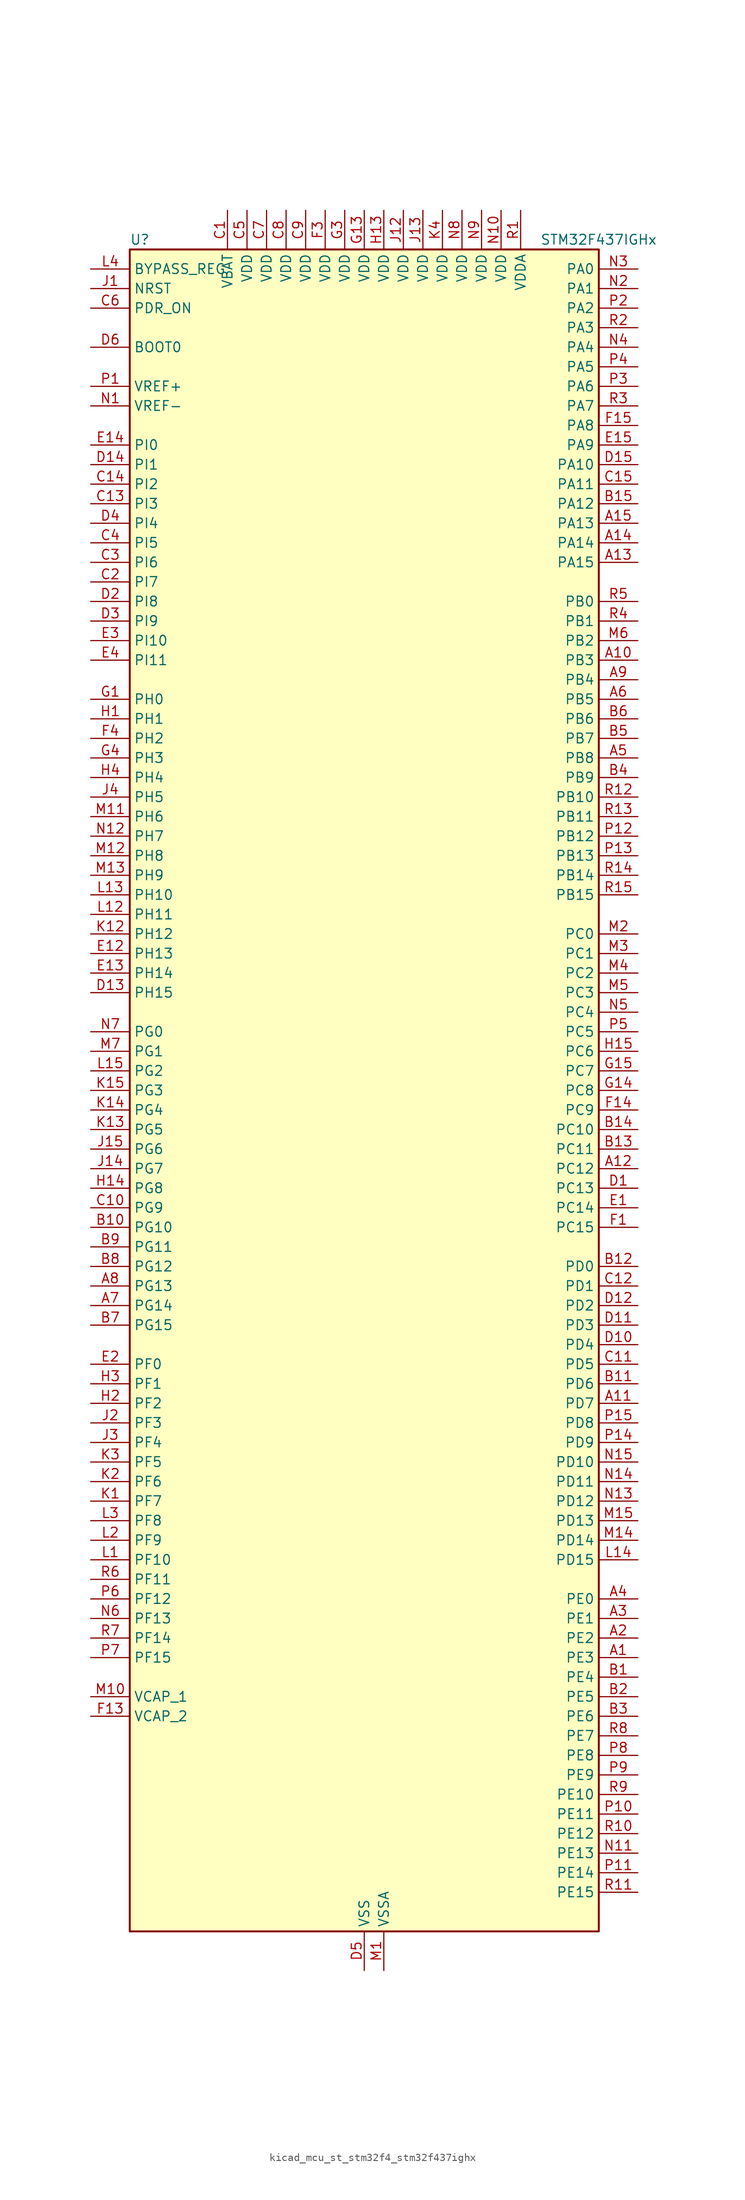
<source format=kicad_sym>
(kicad_symbol_lib
  (version 20220914)
  (generator kicad_symbol_editor)
  (symbol "kicad_mcu_st_stm32f4_stm32f437ighx"
    (property "Reference" "U"
      (at -30.48 110.49 0)
      (effects (font (size 1.27 1.27)) (justify left)))
    (property "Value" "STM32F437IGHx"
      (at 22.86 110.49 0)
      (effects (font (size 1.27 1.27)) (justify left)))
    (property "ki_locked" ""
      (at 0 0 0)
      (effects (font (size 1.27 1.27))))
    (symbol "kicad_mcu_st_stm32f4_stm32f437ighx_0_1"
      (rectangle (start -30.48 -109.22) (end 30.48 109.22) (stroke (width 0.254) (type default)) (fill (type background))))
    (symbol "kicad_mcu_st_stm32f4_stm32f437ighx_1_1"
      (pin bidirectional line (at 35.56 -73.66 180) (length 5.08) (name "PE3" (effects (font (size 1.27 1.27)))) (number "A1" (effects (font (size 1.27 1.27)))) (alternate "FMC_A19" bidirectional line) (alternate "SAI1_SD_B" bidirectional line) (alternate "SYS_TRACED0" bidirectional line))
      (pin bidirectional line (at 35.56 55.88 180) (length 5.08) (name "PB3" (effects (font (size 1.27 1.27)))) (number "A10" (effects (font (size 1.27 1.27)))) (alternate "I2S3_CK" bidirectional line) (alternate "SPI1_SCK" bidirectional line) (alternate "SPI3_SCK" bidirectional line) (alternate "SYS_JTDO-SWO" bidirectional line) (alternate "TIM2_CH2" bidirectional line))
      (pin bidirectional line (at 35.56 -40.64 180) (length 5.08) (name "PD7" (effects (font (size 1.27 1.27)))) (number "A11" (effects (font (size 1.27 1.27)))) (alternate "FMC_NCE2" bidirectional line) (alternate "FMC_NE1" bidirectional line) (alternate "USART2_CK" bidirectional line))
      (pin bidirectional line (at 35.56 -10.16 180) (length 5.08) (name "PC12" (effects (font (size 1.27 1.27)))) (number "A12" (effects (font (size 1.27 1.27)))) (alternate "DCMI_D9" bidirectional line) (alternate "I2S3_SD" bidirectional line) (alternate "SDIO_CK" bidirectional line) (alternate "SPI3_MOSI" bidirectional line) (alternate "UART5_TX" bidirectional line) (alternate "USART3_CK" bidirectional line))
      (pin bidirectional line (at 35.56 68.58 180) (length 5.08) (name "PA15" (effects (font (size 1.27 1.27)))) (number "A13" (effects (font (size 1.27 1.27)))) (alternate "ADC1_EXTI15" bidirectional line) (alternate "ADC2_EXTI15" bidirectional line) (alternate "ADC3_EXTI15" bidirectional line) (alternate "I2S3_WS" bidirectional line) (alternate "SPI1_NSS" bidirectional line) (alternate "SPI3_NSS" bidirectional line) (alternate "SYS_JTDI" bidirectional line) (alternate "TIM2_CH1" bidirectional line) (alternate "TIM2_ETR" bidirectional line))
      (pin bidirectional line (at 35.56 71.12 180) (length 5.08) (name "PA14" (effects (font (size 1.27 1.27)))) (number "A14" (effects (font (size 1.27 1.27)))) (alternate "SYS_JTCK-SWCLK" bidirectional line))
      (pin bidirectional line (at 35.56 73.66 180) (length 5.08) (name "PA13" (effects (font (size 1.27 1.27)))) (number "A15" (effects (font (size 1.27 1.27)))) (alternate "SYS_JTMS-SWDIO" bidirectional line))
      (pin bidirectional line (at 35.56 -71.12 180) (length 5.08) (name "PE2" (effects (font (size 1.27 1.27)))) (number "A2" (effects (font (size 1.27 1.27)))) (alternate "ETH_TXD3" bidirectional line) (alternate "FMC_A23" bidirectional line) (alternate "SAI1_MCLK_A" bidirectional line) (alternate "SPI4_SCK" bidirectional line) (alternate "SYS_TRACECLK" bidirectional line))
      (pin bidirectional line (at 35.56 -68.58 180) (length 5.08) (name "PE1" (effects (font (size 1.27 1.27)))) (number "A3" (effects (font (size 1.27 1.27)))) (alternate "DCMI_D3" bidirectional line) (alternate "FMC_NBL1" bidirectional line) (alternate "UART8_TX" bidirectional line))
      (pin bidirectional line (at 35.56 -66.04 180) (length 5.08) (name "PE0" (effects (font (size 1.27 1.27)))) (number "A4" (effects (font (size 1.27 1.27)))) (alternate "DCMI_D2" bidirectional line) (alternate "FMC_NBL0" bidirectional line) (alternate "TIM4_ETR" bidirectional line) (alternate "UART8_RX" bidirectional line))
      (pin bidirectional line (at 35.56 43.18 180) (length 5.08) (name "PB8" (effects (font (size 1.27 1.27)))) (number "A5" (effects (font (size 1.27 1.27)))) (alternate "CAN1_RX" bidirectional line) (alternate "DCMI_D6" bidirectional line) (alternate "ETH_TXD3" bidirectional line) (alternate "I2C1_SCL" bidirectional line) (alternate "SDIO_D4" bidirectional line) (alternate "TIM10_CH1" bidirectional line) (alternate "TIM4_CH3" bidirectional line))
      (pin bidirectional line (at 35.56 50.8 180) (length 5.08) (name "PB5" (effects (font (size 1.27 1.27)))) (number "A6" (effects (font (size 1.27 1.27)))) (alternate "CAN2_RX" bidirectional line) (alternate "DCMI_D10" bidirectional line) (alternate "ETH_PPS_OUT" bidirectional line) (alternate "FMC_SDCKE1" bidirectional line) (alternate "I2C1_SMBA" bidirectional line) (alternate "I2S3_SD" bidirectional line) (alternate "SPI1_MOSI" bidirectional line) (alternate "SPI3_MOSI" bidirectional line) (alternate "TIM3_CH2" bidirectional line) (alternate "USB_OTG_HS_ULPI_D7" bidirectional line))
      (pin bidirectional line (at -35.56 -27.94 0) (length 5.08) (name "PG14" (effects (font (size 1.27 1.27)))) (number "A7" (effects (font (size 1.27 1.27)))) (alternate "ETH_TXD1" bidirectional line) (alternate "FMC_A25" bidirectional line) (alternate "SPI6_MOSI" bidirectional line) (alternate "USART6_TX" bidirectional line))
      (pin bidirectional line (at -35.56 -25.4 0) (length 5.08) (name "PG13" (effects (font (size 1.27 1.27)))) (number "A8" (effects (font (size 1.27 1.27)))) (alternate "ETH_TXD0" bidirectional line) (alternate "FMC_A24" bidirectional line) (alternate "SPI6_SCK" bidirectional line) (alternate "USART6_CTS" bidirectional line))
      (pin bidirectional line (at 35.56 53.34 180) (length 5.08) (name "PB4" (effects (font (size 1.27 1.27)))) (number "A9" (effects (font (size 1.27 1.27)))) (alternate "I2S3_ext_SD" bidirectional line) (alternate "SPI1_MISO" bidirectional line) (alternate "SPI3_MISO" bidirectional line) (alternate "SYS_JTRST" bidirectional line) (alternate "TIM3_CH1" bidirectional line))
      (pin bidirectional line (at 35.56 -76.2 180) (length 5.08) (name "PE4" (effects (font (size 1.27 1.27)))) (number "B1" (effects (font (size 1.27 1.27)))) (alternate "DCMI_D4" bidirectional line) (alternate "FMC_A20" bidirectional line) (alternate "SAI1_FS_A" bidirectional line) (alternate "SPI4_NSS" bidirectional line) (alternate "SYS_TRACED1" bidirectional line))
      (pin bidirectional line (at -35.56 -17.78 0) (length 5.08) (name "PG10" (effects (font (size 1.27 1.27)))) (number "B10" (effects (font (size 1.27 1.27)))) (alternate "DCMI_D2" bidirectional line) (alternate "FMC_NCE4_1" bidirectional line) (alternate "FMC_NE3" bidirectional line))
      (pin bidirectional line (at 35.56 -38.1 180) (length 5.08) (name "PD6" (effects (font (size 1.27 1.27)))) (number "B11" (effects (font (size 1.27 1.27)))) (alternate "DCMI_D10" bidirectional line) (alternate "FMC_NWAIT" bidirectional line) (alternate "I2S3_SD" bidirectional line) (alternate "SAI1_SD_A" bidirectional line) (alternate "SPI3_MOSI" bidirectional line) (alternate "USART2_RX" bidirectional line))
      (pin bidirectional line (at 35.56 -22.86 180) (length 5.08) (name "PD0" (effects (font (size 1.27 1.27)))) (number "B12" (effects (font (size 1.27 1.27)))) (alternate "CAN1_RX" bidirectional line) (alternate "FMC_D2" bidirectional line) (alternate "FMC_DA2" bidirectional line))
      (pin bidirectional line (at 35.56 -7.62 180) (length 5.08) (name "PC11" (effects (font (size 1.27 1.27)))) (number "B13" (effects (font (size 1.27 1.27)))) (alternate "ADC1_EXTI11" bidirectional line) (alternate "ADC2_EXTI11" bidirectional line) (alternate "ADC3_EXTI11" bidirectional line) (alternate "DCMI_D4" bidirectional line) (alternate "I2S3_ext_SD" bidirectional line) (alternate "SDIO_D3" bidirectional line) (alternate "SPI3_MISO" bidirectional line) (alternate "UART4_RX" bidirectional line) (alternate "USART3_RX" bidirectional line))
      (pin bidirectional line (at 35.56 -5.08 180) (length 5.08) (name "PC10" (effects (font (size 1.27 1.27)))) (number "B14" (effects (font (size 1.27 1.27)))) (alternate "DCMI_D8" bidirectional line) (alternate "I2S3_CK" bidirectional line) (alternate "SDIO_D2" bidirectional line) (alternate "SPI3_SCK" bidirectional line) (alternate "UART4_TX" bidirectional line) (alternate "USART3_TX" bidirectional line))
      (pin bidirectional line (at 35.56 76.2 180) (length 5.08) (name "PA12" (effects (font (size 1.27 1.27)))) (number "B15" (effects (font (size 1.27 1.27)))) (alternate "CAN1_TX" bidirectional line) (alternate "TIM1_ETR" bidirectional line) (alternate "USART1_RTS" bidirectional line) (alternate "USB_OTG_FS_DP" bidirectional line))
      (pin bidirectional line (at 35.56 -78.74 180) (length 5.08) (name "PE5" (effects (font (size 1.27 1.27)))) (number "B2" (effects (font (size 1.27 1.27)))) (alternate "DCMI_D6" bidirectional line) (alternate "FMC_A21" bidirectional line) (alternate "SAI1_SCK_A" bidirectional line) (alternate "SPI4_MISO" bidirectional line) (alternate "SYS_TRACED2" bidirectional line) (alternate "TIM9_CH1" bidirectional line))
      (pin bidirectional line (at 35.56 -81.28 180) (length 5.08) (name "PE6" (effects (font (size 1.27 1.27)))) (number "B3" (effects (font (size 1.27 1.27)))) (alternate "DCMI_D7" bidirectional line) (alternate "FMC_A22" bidirectional line) (alternate "SAI1_SD_A" bidirectional line) (alternate "SPI4_MOSI" bidirectional line) (alternate "SYS_TRACED3" bidirectional line) (alternate "TIM9_CH2" bidirectional line))
      (pin bidirectional line (at 35.56 40.64 180) (length 5.08) (name "PB9" (effects (font (size 1.27 1.27)))) (number "B4" (effects (font (size 1.27 1.27)))) (alternate "CAN1_TX" bidirectional line) (alternate "DAC_EXTI9" bidirectional line) (alternate "DCMI_D7" bidirectional line) (alternate "I2C1_SDA" bidirectional line) (alternate "I2S2_WS" bidirectional line) (alternate "SDIO_D5" bidirectional line) (alternate "SPI2_NSS" bidirectional line) (alternate "TIM11_CH1" bidirectional line) (alternate "TIM4_CH4" bidirectional line))
      (pin bidirectional line (at 35.56 45.72 180) (length 5.08) (name "PB7" (effects (font (size 1.27 1.27)))) (number "B5" (effects (font (size 1.27 1.27)))) (alternate "DCMI_VSYNC" bidirectional line) (alternate "FMC_NL" bidirectional line) (alternate "I2C1_SDA" bidirectional line) (alternate "TIM4_CH2" bidirectional line) (alternate "USART1_RX" bidirectional line))
      (pin bidirectional line (at 35.56 48.26 180) (length 5.08) (name "PB6" (effects (font (size 1.27 1.27)))) (number "B6" (effects (font (size 1.27 1.27)))) (alternate "CAN2_TX" bidirectional line) (alternate "DCMI_D5" bidirectional line) (alternate "FMC_SDNE1" bidirectional line) (alternate "I2C1_SCL" bidirectional line) (alternate "TIM4_CH1" bidirectional line) (alternate "USART1_TX" bidirectional line))
      (pin bidirectional line (at -35.56 -30.48 0) (length 5.08) (name "PG15" (effects (font (size 1.27 1.27)))) (number "B7" (effects (font (size 1.27 1.27)))) (alternate "ADC1_EXTI15" bidirectional line) (alternate "ADC2_EXTI15" bidirectional line) (alternate "ADC3_EXTI15" bidirectional line) (alternate "DCMI_D13" bidirectional line) (alternate "FMC_SDNCAS" bidirectional line) (alternate "USART6_CTS" bidirectional line))
      (pin bidirectional line (at -35.56 -22.86 0) (length 5.08) (name "PG12" (effects (font (size 1.27 1.27)))) (number "B8" (effects (font (size 1.27 1.27)))) (alternate "FMC_NE4" bidirectional line) (alternate "SPI6_MISO" bidirectional line) (alternate "USART6_RTS" bidirectional line))
      (pin bidirectional line (at -35.56 -20.32 0) (length 5.08) (name "PG11" (effects (font (size 1.27 1.27)))) (number "B9" (effects (font (size 1.27 1.27)))) (alternate "ADC1_EXTI11" bidirectional line) (alternate "ADC2_EXTI11" bidirectional line) (alternate "ADC3_EXTI11" bidirectional line) (alternate "DCMI_D3" bidirectional line) (alternate "ETH_TX_EN" bidirectional line) (alternate "FMC_NCE4_2" bidirectional line))
      (pin power_in line (at -17.78 114.3 270) (length 5.08) (name "VBAT" (effects (font (size 1.27 1.27)))) (number "C1" (effects (font (size 1.27 1.27)))))
      (pin bidirectional line (at -35.56 -15.24 0) (length 5.08) (name "PG9" (effects (font (size 1.27 1.27)))) (number "C10" (effects (font (size 1.27 1.27)))) (alternate "DAC_EXTI9" bidirectional line) (alternate "DCMI_VSYNC" bidirectional line) (alternate "FMC_NCE3" bidirectional line) (alternate "FMC_NE2" bidirectional line) (alternate "USART6_RX" bidirectional line))
      (pin bidirectional line (at 35.56 -35.56 180) (length 5.08) (name "PD5" (effects (font (size 1.27 1.27)))) (number "C11" (effects (font (size 1.27 1.27)))) (alternate "FMC_NWE" bidirectional line) (alternate "USART2_TX" bidirectional line))
      (pin bidirectional line (at 35.56 -25.4 180) (length 5.08) (name "PD1" (effects (font (size 1.27 1.27)))) (number "C12" (effects (font (size 1.27 1.27)))) (alternate "CAN1_TX" bidirectional line) (alternate "FMC_D3" bidirectional line) (alternate "FMC_DA3" bidirectional line))
      (pin bidirectional line (at -35.56 76.2 0) (length 5.08) (name "PI3" (effects (font (size 1.27 1.27)))) (number "C13" (effects (font (size 1.27 1.27)))) (alternate "DCMI_D10" bidirectional line) (alternate "FMC_D27" bidirectional line) (alternate "I2S2_SD" bidirectional line) (alternate "SPI2_MOSI" bidirectional line) (alternate "TIM8_ETR" bidirectional line))
      (pin bidirectional line (at -35.56 78.74 0) (length 5.08) (name "PI2" (effects (font (size 1.27 1.27)))) (number "C14" (effects (font (size 1.27 1.27)))) (alternate "DCMI_D9" bidirectional line) (alternate "FMC_D26" bidirectional line) (alternate "I2S2_ext_SD" bidirectional line) (alternate "SPI2_MISO" bidirectional line) (alternate "TIM8_CH4" bidirectional line))
      (pin bidirectional line (at 35.56 78.74 180) (length 5.08) (name "PA11" (effects (font (size 1.27 1.27)))) (number "C15" (effects (font (size 1.27 1.27)))) (alternate "ADC1_EXTI11" bidirectional line) (alternate "ADC2_EXTI11" bidirectional line) (alternate "ADC3_EXTI11" bidirectional line) (alternate "CAN1_RX" bidirectional line) (alternate "TIM1_CH4" bidirectional line) (alternate "USART1_CTS" bidirectional line) (alternate "USB_OTG_FS_DM" bidirectional line))
      (pin bidirectional line (at -35.56 66.04 0) (length 5.08) (name "PI7" (effects (font (size 1.27 1.27)))) (number "C2" (effects (font (size 1.27 1.27)))) (alternate "DCMI_D7" bidirectional line) (alternate "FMC_D29" bidirectional line) (alternate "TIM8_CH3" bidirectional line))
      (pin bidirectional line (at -35.56 68.58 0) (length 5.08) (name "PI6" (effects (font (size 1.27 1.27)))) (number "C3" (effects (font (size 1.27 1.27)))) (alternate "DCMI_D6" bidirectional line) (alternate "FMC_D28" bidirectional line) (alternate "TIM8_CH2" bidirectional line))
      (pin bidirectional line (at -35.56 71.12 0) (length 5.08) (name "PI5" (effects (font (size 1.27 1.27)))) (number "C4" (effects (font (size 1.27 1.27)))) (alternate "DCMI_VSYNC" bidirectional line) (alternate "FMC_NBL3" bidirectional line) (alternate "TIM8_CH1" bidirectional line))
      (pin power_in line (at -15.24 114.3 270) (length 5.08) (name "VDD" (effects (font (size 1.27 1.27)))) (number "C5" (effects (font (size 1.27 1.27)))))
      (pin input line (at -35.56 101.6 0) (length 5.08) (name "PDR_ON" (effects (font (size 1.27 1.27)))) (number "C6" (effects (font (size 1.27 1.27)))))
      (pin power_in line (at -12.7 114.3 270) (length 5.08) (name "VDD" (effects (font (size 1.27 1.27)))) (number "C7" (effects (font (size 1.27 1.27)))))
      (pin power_in line (at -10.16 114.3 270) (length 5.08) (name "VDD" (effects (font (size 1.27 1.27)))) (number "C8" (effects (font (size 1.27 1.27)))))
      (pin power_in line (at -7.62 114.3 270) (length 5.08) (name "VDD" (effects (font (size 1.27 1.27)))) (number "C9" (effects (font (size 1.27 1.27)))))
      (pin bidirectional line (at 35.56 -12.7 180) (length 5.08) (name "PC13" (effects (font (size 1.27 1.27)))) (number "D1" (effects (font (size 1.27 1.27)))) (alternate "RTC_AF1" bidirectional line))
      (pin bidirectional line (at 35.56 -33.02 180) (length 5.08) (name "PD4" (effects (font (size 1.27 1.27)))) (number "D10" (effects (font (size 1.27 1.27)))) (alternate "FMC_NOE" bidirectional line) (alternate "USART2_RTS" bidirectional line))
      (pin bidirectional line (at 35.56 -30.48 180) (length 5.08) (name "PD3" (effects (font (size 1.27 1.27)))) (number "D11" (effects (font (size 1.27 1.27)))) (alternate "DCMI_D5" bidirectional line) (alternate "FMC_CLK" bidirectional line) (alternate "I2S2_CK" bidirectional line) (alternate "SPI2_SCK" bidirectional line) (alternate "USART2_CTS" bidirectional line))
      (pin bidirectional line (at 35.56 -27.94 180) (length 5.08) (name "PD2" (effects (font (size 1.27 1.27)))) (number "D12" (effects (font (size 1.27 1.27)))) (alternate "DCMI_D11" bidirectional line) (alternate "SDIO_CMD" bidirectional line) (alternate "TIM3_ETR" bidirectional line) (alternate "UART5_RX" bidirectional line))
      (pin bidirectional line (at -35.56 12.7 0) (length 5.08) (name "PH15" (effects (font (size 1.27 1.27)))) (number "D13" (effects (font (size 1.27 1.27)))) (alternate "ADC1_EXTI15" bidirectional line) (alternate "ADC2_EXTI15" bidirectional line) (alternate "ADC3_EXTI15" bidirectional line) (alternate "DCMI_D11" bidirectional line) (alternate "FMC_D23" bidirectional line) (alternate "TIM8_CH3N" bidirectional line))
      (pin bidirectional line (at -35.56 81.28 0) (length 5.08) (name "PI1" (effects (font (size 1.27 1.27)))) (number "D14" (effects (font (size 1.27 1.27)))) (alternate "DCMI_D8" bidirectional line) (alternate "FMC_D25" bidirectional line) (alternate "I2S2_CK" bidirectional line) (alternate "SPI2_SCK" bidirectional line))
      (pin bidirectional line (at 35.56 81.28 180) (length 5.08) (name "PA10" (effects (font (size 1.27 1.27)))) (number "D15" (effects (font (size 1.27 1.27)))) (alternate "DCMI_D1" bidirectional line) (alternate "TIM1_CH3" bidirectional line) (alternate "USART1_RX" bidirectional line) (alternate "USB_OTG_FS_ID" bidirectional line))
      (pin bidirectional line (at -35.56 63.5 0) (length 5.08) (name "PI8" (effects (font (size 1.27 1.27)))) (number "D2" (effects (font (size 1.27 1.27)))) (alternate "RTC_AF2" bidirectional line))
      (pin bidirectional line (at -35.56 60.96 0) (length 5.08) (name "PI9" (effects (font (size 1.27 1.27)))) (number "D3" (effects (font (size 1.27 1.27)))) (alternate "CAN1_RX" bidirectional line) (alternate "DAC_EXTI9" bidirectional line) (alternate "FMC_D30" bidirectional line))
      (pin bidirectional line (at -35.56 73.66 0) (length 5.08) (name "PI4" (effects (font (size 1.27 1.27)))) (number "D4" (effects (font (size 1.27 1.27)))) (alternate "DCMI_D5" bidirectional line) (alternate "FMC_NBL2" bidirectional line) (alternate "TIM8_BKIN" bidirectional line))
      (pin power_in line (at 0 -114.3 90) (length 5.08) (name "VSS" (effects (font (size 1.27 1.27)))) (number "D5" (effects (font (size 1.27 1.27)))))
      (pin input line (at -35.56 96.52 0) (length 5.08) (name "BOOT0" (effects (font (size 1.27 1.27)))) (number "D6" (effects (font (size 1.27 1.27)))))
      (pin passive line (at 0 -114.3 90) (length 5.08) hide (name "VSS" (effects (font (size 1.27 1.27)))) (number "D7" (effects (font (size 1.27 1.27)))))
      (pin passive line (at 0 -114.3 90) (length 5.08) hide (name "VSS" (effects (font (size 1.27 1.27)))) (number "D8" (effects (font (size 1.27 1.27)))))
      (pin passive line (at 0 -114.3 90) (length 5.08) hide (name "VSS" (effects (font (size 1.27 1.27)))) (number "D9" (effects (font (size 1.27 1.27)))))
      (pin bidirectional line (at 35.56 -15.24 180) (length 5.08) (name "PC14" (effects (font (size 1.27 1.27)))) (number "E1" (effects (font (size 1.27 1.27)))) (alternate "RCC_OSC32_IN" bidirectional line))
      (pin bidirectional line (at -35.56 17.78 0) (length 5.08) (name "PH13" (effects (font (size 1.27 1.27)))) (number "E12" (effects (font (size 1.27 1.27)))) (alternate "CAN1_TX" bidirectional line) (alternate "FMC_D21" bidirectional line) (alternate "TIM8_CH1N" bidirectional line))
      (pin bidirectional line (at -35.56 15.24 0) (length 5.08) (name "PH14" (effects (font (size 1.27 1.27)))) (number "E13" (effects (font (size 1.27 1.27)))) (alternate "DCMI_D4" bidirectional line) (alternate "FMC_D22" bidirectional line) (alternate "TIM8_CH2N" bidirectional line))
      (pin bidirectional line (at -35.56 83.82 0) (length 5.08) (name "PI0" (effects (font (size 1.27 1.27)))) (number "E14" (effects (font (size 1.27 1.27)))) (alternate "DCMI_D13" bidirectional line) (alternate "FMC_D24" bidirectional line) (alternate "I2S2_WS" bidirectional line) (alternate "SPI2_NSS" bidirectional line) (alternate "TIM5_CH4" bidirectional line))
      (pin bidirectional line (at 35.56 83.82 180) (length 5.08) (name "PA9" (effects (font (size 1.27 1.27)))) (number "E15" (effects (font (size 1.27 1.27)))) (alternate "DAC_EXTI9" bidirectional line) (alternate "DCMI_D0" bidirectional line) (alternate "I2C3_SMBA" bidirectional line) (alternate "TIM1_CH2" bidirectional line) (alternate "USART1_TX" bidirectional line) (alternate "USB_OTG_FS_VBUS" bidirectional line))
      (pin bidirectional line (at -35.56 -35.56 0) (length 5.08) (name "PF0" (effects (font (size 1.27 1.27)))) (number "E2" (effects (font (size 1.27 1.27)))) (alternate "FMC_A0" bidirectional line) (alternate "I2C2_SDA" bidirectional line))
      (pin bidirectional line (at -35.56 58.42 0) (length 5.08) (name "PI10" (effects (font (size 1.27 1.27)))) (number "E3" (effects (font (size 1.27 1.27)))) (alternate "ETH_RX_ER" bidirectional line) (alternate "FMC_D31" bidirectional line))
      (pin bidirectional line (at -35.56 55.88 0) (length 5.08) (name "PI11" (effects (font (size 1.27 1.27)))) (number "E4" (effects (font (size 1.27 1.27)))) (alternate "ADC1_EXTI11" bidirectional line) (alternate "ADC2_EXTI11" bidirectional line) (alternate "ADC3_EXTI11" bidirectional line) (alternate "USB_OTG_HS_ULPI_DIR" bidirectional line))
      (pin bidirectional line (at 35.56 -17.78 180) (length 5.08) (name "PC15" (effects (font (size 1.27 1.27)))) (number "F1" (effects (font (size 1.27 1.27)))) (alternate "ADC1_EXTI15" bidirectional line) (alternate "ADC2_EXTI15" bidirectional line) (alternate "ADC3_EXTI15" bidirectional line) (alternate "RCC_OSC32_OUT" bidirectional line))
      (pin passive line (at 0 -114.3 90) (length 5.08) hide (name "VSS" (effects (font (size 1.27 1.27)))) (number "F10" (effects (font (size 1.27 1.27)))))
      (pin passive line (at 0 -114.3 90) (length 5.08) hide (name "VSS" (effects (font (size 1.27 1.27)))) (number "F12" (effects (font (size 1.27 1.27)))))
      (pin power_out line (at -35.56 -81.28 0) (length 5.08) (name "VCAP_2" (effects (font (size 1.27 1.27)))) (number "F13" (effects (font (size 1.27 1.27)))))
      (pin bidirectional line (at 35.56 -2.54 180) (length 5.08) (name "PC9" (effects (font (size 1.27 1.27)))) (number "F14" (effects (font (size 1.27 1.27)))) (alternate "DAC_EXTI9" bidirectional line) (alternate "DCMI_D3" bidirectional line) (alternate "I2C3_SDA" bidirectional line) (alternate "I2S_CKIN" bidirectional line) (alternate "RCC_MCO_2" bidirectional line) (alternate "SDIO_D1" bidirectional line) (alternate "TIM3_CH4" bidirectional line) (alternate "TIM8_CH4" bidirectional line))
      (pin bidirectional line (at 35.56 86.36 180) (length 5.08) (name "PA8" (effects (font (size 1.27 1.27)))) (number "F15" (effects (font (size 1.27 1.27)))) (alternate "I2C3_SCL" bidirectional line) (alternate "RCC_MCO_1" bidirectional line) (alternate "TIM1_CH1" bidirectional line) (alternate "USART1_CK" bidirectional line) (alternate "USB_OTG_FS_SOF" bidirectional line))
      (pin passive line (at 0 -114.3 90) (length 5.08) hide (name "VSS" (effects (font (size 1.27 1.27)))) (number "F2" (effects (font (size 1.27 1.27)))))
      (pin power_in line (at -5.08 114.3 270) (length 5.08) (name "VDD" (effects (font (size 1.27 1.27)))) (number "F3" (effects (font (size 1.27 1.27)))))
      (pin bidirectional line (at -35.56 45.72 0) (length 5.08) (name "PH2" (effects (font (size 1.27 1.27)))) (number "F4" (effects (font (size 1.27 1.27)))) (alternate "ETH_CRS" bidirectional line) (alternate "FMC_SDCKE0" bidirectional line))
      (pin passive line (at 0 -114.3 90) (length 5.08) hide (name "VSS" (effects (font (size 1.27 1.27)))) (number "F6" (effects (font (size 1.27 1.27)))))
      (pin passive line (at 0 -114.3 90) (length 5.08) hide (name "VSS" (effects (font (size 1.27 1.27)))) (number "F7" (effects (font (size 1.27 1.27)))))
      (pin passive line (at 0 -114.3 90) (length 5.08) hide (name "VSS" (effects (font (size 1.27 1.27)))) (number "F8" (effects (font (size 1.27 1.27)))))
      (pin passive line (at 0 -114.3 90) (length 5.08) hide (name "VSS" (effects (font (size 1.27 1.27)))) (number "F9" (effects (font (size 1.27 1.27)))))
      (pin bidirectional line (at -35.56 50.8 0) (length 5.08) (name "PH0" (effects (font (size 1.27 1.27)))) (number "G1" (effects (font (size 1.27 1.27)))) (alternate "RCC_OSC_IN" bidirectional line))
      (pin passive line (at 0 -114.3 90) (length 5.08) hide (name "VSS" (effects (font (size 1.27 1.27)))) (number "G10" (effects (font (size 1.27 1.27)))))
      (pin passive line (at 0 -114.3 90) (length 5.08) hide (name "VSS" (effects (font (size 1.27 1.27)))) (number "G12" (effects (font (size 1.27 1.27)))))
      (pin power_in line (at 0 114.3 270) (length 5.08) (name "VDD" (effects (font (size 1.27 1.27)))) (number "G13" (effects (font (size 1.27 1.27)))))
      (pin bidirectional line (at 35.56 0 180) (length 5.08) (name "PC8" (effects (font (size 1.27 1.27)))) (number "G14" (effects (font (size 1.27 1.27)))) (alternate "DCMI_D2" bidirectional line) (alternate "SDIO_D0" bidirectional line) (alternate "TIM3_CH3" bidirectional line) (alternate "TIM8_CH3" bidirectional line) (alternate "USART6_CK" bidirectional line))
      (pin bidirectional line (at 35.56 2.54 180) (length 5.08) (name "PC7" (effects (font (size 1.27 1.27)))) (number "G15" (effects (font (size 1.27 1.27)))) (alternate "DCMI_D1" bidirectional line) (alternate "I2S3_MCK" bidirectional line) (alternate "SDIO_D7" bidirectional line) (alternate "TIM3_CH2" bidirectional line) (alternate "TIM8_CH2" bidirectional line) (alternate "USART6_RX" bidirectional line))
      (pin passive line (at 0 -114.3 90) (length 5.08) hide (name "VSS" (effects (font (size 1.27 1.27)))) (number "G2" (effects (font (size 1.27 1.27)))))
      (pin power_in line (at -2.54 114.3 270) (length 5.08) (name "VDD" (effects (font (size 1.27 1.27)))) (number "G3" (effects (font (size 1.27 1.27)))))
      (pin bidirectional line (at -35.56 43.18 0) (length 5.08) (name "PH3" (effects (font (size 1.27 1.27)))) (number "G4" (effects (font (size 1.27 1.27)))) (alternate "ETH_COL" bidirectional line) (alternate "FMC_SDNE0" bidirectional line))
      (pin passive line (at 0 -114.3 90) (length 5.08) hide (name "VSS" (effects (font (size 1.27 1.27)))) (number "G6" (effects (font (size 1.27 1.27)))))
      (pin passive line (at 0 -114.3 90) (length 5.08) hide (name "VSS" (effects (font (size 1.27 1.27)))) (number "G7" (effects (font (size 1.27 1.27)))))
      (pin passive line (at 0 -114.3 90) (length 5.08) hide (name "VSS" (effects (font (size 1.27 1.27)))) (number "G8" (effects (font (size 1.27 1.27)))))
      (pin passive line (at 0 -114.3 90) (length 5.08) hide (name "VSS" (effects (font (size 1.27 1.27)))) (number "G9" (effects (font (size 1.27 1.27)))))
      (pin bidirectional line (at -35.56 48.26 0) (length 5.08) (name "PH1" (effects (font (size 1.27 1.27)))) (number "H1" (effects (font (size 1.27 1.27)))) (alternate "RCC_OSC_OUT" bidirectional line))
      (pin passive line (at 0 -114.3 90) (length 5.08) hide (name "VSS" (effects (font (size 1.27 1.27)))) (number "H10" (effects (font (size 1.27 1.27)))))
      (pin passive line (at 0 -114.3 90) (length 5.08) hide (name "VSS" (effects (font (size 1.27 1.27)))) (number "H12" (effects (font (size 1.27 1.27)))))
      (pin power_in line (at 2.54 114.3 270) (length 5.08) (name "VDD" (effects (font (size 1.27 1.27)))) (number "H13" (effects (font (size 1.27 1.27)))))
      (pin bidirectional line (at -35.56 -12.7 0) (length 5.08) (name "PG8" (effects (font (size 1.27 1.27)))) (number "H14" (effects (font (size 1.27 1.27)))) (alternate "ETH_PPS_OUT" bidirectional line) (alternate "FMC_SDCLK" bidirectional line) (alternate "SPI6_NSS" bidirectional line) (alternate "USART6_RTS" bidirectional line))
      (pin bidirectional line (at 35.56 5.08 180) (length 5.08) (name "PC6" (effects (font (size 1.27 1.27)))) (number "H15" (effects (font (size 1.27 1.27)))) (alternate "DCMI_D0" bidirectional line) (alternate "I2S2_MCK" bidirectional line) (alternate "SDIO_D6" bidirectional line) (alternate "TIM3_CH1" bidirectional line) (alternate "TIM8_CH1" bidirectional line) (alternate "USART6_TX" bidirectional line))
      (pin bidirectional line (at -35.56 -40.64 0) (length 5.08) (name "PF2" (effects (font (size 1.27 1.27)))) (number "H2" (effects (font (size 1.27 1.27)))) (alternate "FMC_A2" bidirectional line) (alternate "I2C2_SMBA" bidirectional line))
      (pin bidirectional line (at -35.56 -38.1 0) (length 5.08) (name "PF1" (effects (font (size 1.27 1.27)))) (number "H3" (effects (font (size 1.27 1.27)))) (alternate "FMC_A1" bidirectional line) (alternate "I2C2_SCL" bidirectional line))
      (pin bidirectional line (at -35.56 40.64 0) (length 5.08) (name "PH4" (effects (font (size 1.27 1.27)))) (number "H4" (effects (font (size 1.27 1.27)))) (alternate "I2C2_SCL" bidirectional line) (alternate "USB_OTG_HS_ULPI_NXT" bidirectional line))
      (pin passive line (at 0 -114.3 90) (length 5.08) hide (name "VSS" (effects (font (size 1.27 1.27)))) (number "H6" (effects (font (size 1.27 1.27)))))
      (pin passive line (at 0 -114.3 90) (length 5.08) hide (name "VSS" (effects (font (size 1.27 1.27)))) (number "H7" (effects (font (size 1.27 1.27)))))
      (pin passive line (at 0 -114.3 90) (length 5.08) hide (name "VSS" (effects (font (size 1.27 1.27)))) (number "H8" (effects (font (size 1.27 1.27)))))
      (pin passive line (at 0 -114.3 90) (length 5.08) hide (name "VSS" (effects (font (size 1.27 1.27)))) (number "H9" (effects (font (size 1.27 1.27)))))
      (pin input line (at -35.56 104.14 0) (length 5.08) (name "NRST" (effects (font (size 1.27 1.27)))) (number "J1" (effects (font (size 1.27 1.27)))))
      (pin passive line (at 0 -114.3 90) (length 5.08) hide (name "VSS" (effects (font (size 1.27 1.27)))) (number "J10" (effects (font (size 1.27 1.27)))))
      (pin power_in line (at 5.08 114.3 270) (length 5.08) (name "VDD" (effects (font (size 1.27 1.27)))) (number "J12" (effects (font (size 1.27 1.27)))))
      (pin power_in line (at 7.62 114.3 270) (length 5.08) (name "VDD" (effects (font (size 1.27 1.27)))) (number "J13" (effects (font (size 1.27 1.27)))))
      (pin bidirectional line (at -35.56 -10.16 0) (length 5.08) (name "PG7" (effects (font (size 1.27 1.27)))) (number "J14" (effects (font (size 1.27 1.27)))) (alternate "DCMI_D13" bidirectional line) (alternate "FMC_INT3" bidirectional line) (alternate "USART6_CK" bidirectional line))
      (pin bidirectional line (at -35.56 -7.62 0) (length 5.08) (name "PG6" (effects (font (size 1.27 1.27)))) (number "J15" (effects (font (size 1.27 1.27)))) (alternate "DCMI_D12" bidirectional line) (alternate "FMC_INT2" bidirectional line))
      (pin bidirectional line (at -35.56 -43.18 0) (length 5.08) (name "PF3" (effects (font (size 1.27 1.27)))) (number "J2" (effects (font (size 1.27 1.27)))) (alternate "ADC3_IN9" bidirectional line) (alternate "FMC_A3" bidirectional line))
      (pin bidirectional line (at -35.56 -45.72 0) (length 5.08) (name "PF4" (effects (font (size 1.27 1.27)))) (number "J3" (effects (font (size 1.27 1.27)))) (alternate "ADC3_IN14" bidirectional line) (alternate "FMC_A4" bidirectional line))
      (pin bidirectional line (at -35.56 38.1 0) (length 5.08) (name "PH5" (effects (font (size 1.27 1.27)))) (number "J4" (effects (font (size 1.27 1.27)))) (alternate "FMC_SDNWE" bidirectional line) (alternate "I2C2_SDA" bidirectional line) (alternate "SPI5_NSS" bidirectional line))
      (pin passive line (at 0 -114.3 90) (length 5.08) hide (name "VSS" (effects (font (size 1.27 1.27)))) (number "J6" (effects (font (size 1.27 1.27)))))
      (pin passive line (at 0 -114.3 90) (length 5.08) hide (name "VSS" (effects (font (size 1.27 1.27)))) (number "J7" (effects (font (size 1.27 1.27)))))
      (pin passive line (at 0 -114.3 90) (length 5.08) hide (name "VSS" (effects (font (size 1.27 1.27)))) (number "J8" (effects (font (size 1.27 1.27)))))
      (pin passive line (at 0 -114.3 90) (length 5.08) hide (name "VSS" (effects (font (size 1.27 1.27)))) (number "J9" (effects (font (size 1.27 1.27)))))
      (pin bidirectional line (at -35.56 -53.34 0) (length 5.08) (name "PF7" (effects (font (size 1.27 1.27)))) (number "K1" (effects (font (size 1.27 1.27)))) (alternate "ADC3_IN5" bidirectional line) (alternate "FMC_NREG" bidirectional line) (alternate "SAI1_MCLK_B" bidirectional line) (alternate "SPI5_SCK" bidirectional line) (alternate "TIM11_CH1" bidirectional line) (alternate "UART7_TX" bidirectional line))
      (pin passive line (at 0 -114.3 90) (length 5.08) hide (name "VSS" (effects (font (size 1.27 1.27)))) (number "K10" (effects (font (size 1.27 1.27)))))
      (pin bidirectional line (at -35.56 20.32 0) (length 5.08) (name "PH12" (effects (font (size 1.27 1.27)))) (number "K12" (effects (font (size 1.27 1.27)))) (alternate "DCMI_D3" bidirectional line) (alternate "FMC_D20" bidirectional line) (alternate "TIM5_CH3" bidirectional line))
      (pin bidirectional line (at -35.56 -5.08 0) (length 5.08) (name "PG5" (effects (font (size 1.27 1.27)))) (number "K13" (effects (font (size 1.27 1.27)))) (alternate "FMC_A15" bidirectional line) (alternate "FMC_BA1" bidirectional line))
      (pin bidirectional line (at -35.56 -2.54 0) (length 5.08) (name "PG4" (effects (font (size 1.27 1.27)))) (number "K14" (effects (font (size 1.27 1.27)))) (alternate "FMC_A14" bidirectional line) (alternate "FMC_BA0" bidirectional line))
      (pin bidirectional line (at -35.56 0 0) (length 5.08) (name "PG3" (effects (font (size 1.27 1.27)))) (number "K15" (effects (font (size 1.27 1.27)))) (alternate "FMC_A13" bidirectional line))
      (pin bidirectional line (at -35.56 -50.8 0) (length 5.08) (name "PF6" (effects (font (size 1.27 1.27)))) (number "K2" (effects (font (size 1.27 1.27)))) (alternate "ADC3_IN4" bidirectional line) (alternate "FMC_NIORD" bidirectional line) (alternate "SAI1_SD_B" bidirectional line) (alternate "SPI5_NSS" bidirectional line) (alternate "TIM10_CH1" bidirectional line) (alternate "UART7_RX" bidirectional line))
      (pin bidirectional line (at -35.56 -48.26 0) (length 5.08) (name "PF5" (effects (font (size 1.27 1.27)))) (number "K3" (effects (font (size 1.27 1.27)))) (alternate "ADC3_IN15" bidirectional line) (alternate "FMC_A5" bidirectional line))
      (pin power_in line (at 10.16 114.3 270) (length 5.08) (name "VDD" (effects (font (size 1.27 1.27)))) (number "K4" (effects (font (size 1.27 1.27)))))
      (pin passive line (at 0 -114.3 90) (length 5.08) hide (name "VSS" (effects (font (size 1.27 1.27)))) (number "K6" (effects (font (size 1.27 1.27)))))
      (pin passive line (at 0 -114.3 90) (length 5.08) hide (name "VSS" (effects (font (size 1.27 1.27)))) (number "K7" (effects (font (size 1.27 1.27)))))
      (pin passive line (at 0 -114.3 90) (length 5.08) hide (name "VSS" (effects (font (size 1.27 1.27)))) (number "K8" (effects (font (size 1.27 1.27)))))
      (pin passive line (at 0 -114.3 90) (length 5.08) hide (name "VSS" (effects (font (size 1.27 1.27)))) (number "K9" (effects (font (size 1.27 1.27)))))
      (pin bidirectional line (at -35.56 -60.96 0) (length 5.08) (name "PF10" (effects (font (size 1.27 1.27)))) (number "L1" (effects (font (size 1.27 1.27)))) (alternate "ADC3_IN8" bidirectional line) (alternate "DCMI_D11" bidirectional line) (alternate "FMC_INTR" bidirectional line))
      (pin bidirectional line (at -35.56 22.86 0) (length 5.08) (name "PH11" (effects (font (size 1.27 1.27)))) (number "L12" (effects (font (size 1.27 1.27)))) (alternate "ADC1_EXTI11" bidirectional line) (alternate "ADC2_EXTI11" bidirectional line) (alternate "ADC3_EXTI11" bidirectional line) (alternate "DCMI_D2" bidirectional line) (alternate "FMC_D19" bidirectional line) (alternate "TIM5_CH2" bidirectional line))
      (pin bidirectional line (at -35.56 25.4 0) (length 5.08) (name "PH10" (effects (font (size 1.27 1.27)))) (number "L13" (effects (font (size 1.27 1.27)))) (alternate "DCMI_D1" bidirectional line) (alternate "FMC_D18" bidirectional line) (alternate "TIM5_CH1" bidirectional line))
      (pin bidirectional line (at 35.56 -60.96 180) (length 5.08) (name "PD15" (effects (font (size 1.27 1.27)))) (number "L14" (effects (font (size 1.27 1.27)))) (alternate "ADC1_EXTI15" bidirectional line) (alternate "ADC2_EXTI15" bidirectional line) (alternate "ADC3_EXTI15" bidirectional line) (alternate "FMC_D1" bidirectional line) (alternate "FMC_DA1" bidirectional line) (alternate "TIM4_CH4" bidirectional line))
      (pin bidirectional line (at -35.56 2.54 0) (length 5.08) (name "PG2" (effects (font (size 1.27 1.27)))) (number "L15" (effects (font (size 1.27 1.27)))) (alternate "FMC_A12" bidirectional line))
      (pin bidirectional line (at -35.56 -58.42 0) (length 5.08) (name "PF9" (effects (font (size 1.27 1.27)))) (number "L2" (effects (font (size 1.27 1.27)))) (alternate "ADC3_IN7" bidirectional line) (alternate "DAC_EXTI9" bidirectional line) (alternate "FMC_CD" bidirectional line) (alternate "SAI1_FS_B" bidirectional line) (alternate "SPI5_MOSI" bidirectional line) (alternate "TIM14_CH1" bidirectional line))
      (pin bidirectional line (at -35.56 -55.88 0) (length 5.08) (name "PF8" (effects (font (size 1.27 1.27)))) (number "L3" (effects (font (size 1.27 1.27)))) (alternate "ADC3_IN6" bidirectional line) (alternate "FMC_NIOWR" bidirectional line) (alternate "SAI1_SCK_B" bidirectional line) (alternate "SPI5_MISO" bidirectional line) (alternate "TIM13_CH1" bidirectional line))
      (pin input line (at -35.56 106.68 0) (length 5.08) (name "BYPASS_REG" (effects (font (size 1.27 1.27)))) (number "L4" (effects (font (size 1.27 1.27)))))
      (pin power_in line (at 2.54 -114.3 90) (length 5.08) (name "VSSA" (effects (font (size 1.27 1.27)))) (number "M1" (effects (font (size 1.27 1.27)))))
      (pin power_out line (at -35.56 -78.74 0) (length 5.08) (name "VCAP_1" (effects (font (size 1.27 1.27)))) (number "M10" (effects (font (size 1.27 1.27)))))
      (pin bidirectional line (at -35.56 35.56 0) (length 5.08) (name "PH6" (effects (font (size 1.27 1.27)))) (number "M11" (effects (font (size 1.27 1.27)))) (alternate "DCMI_D8" bidirectional line) (alternate "ETH_RXD2" bidirectional line) (alternate "FMC_SDNE1" bidirectional line) (alternate "I2C2_SMBA" bidirectional line) (alternate "SPI5_SCK" bidirectional line) (alternate "TIM12_CH1" bidirectional line))
      (pin bidirectional line (at -35.56 30.48 0) (length 5.08) (name "PH8" (effects (font (size 1.27 1.27)))) (number "M12" (effects (font (size 1.27 1.27)))) (alternate "DCMI_HSYNC" bidirectional line) (alternate "FMC_D16" bidirectional line) (alternate "I2C3_SDA" bidirectional line))
      (pin bidirectional line (at -35.56 27.94 0) (length 5.08) (name "PH9" (effects (font (size 1.27 1.27)))) (number "M13" (effects (font (size 1.27 1.27)))) (alternate "DAC_EXTI9" bidirectional line) (alternate "DCMI_D0" bidirectional line) (alternate "FMC_D17" bidirectional line) (alternate "I2C3_SMBA" bidirectional line) (alternate "TIM12_CH2" bidirectional line))
      (pin bidirectional line (at 35.56 -58.42 180) (length 5.08) (name "PD14" (effects (font (size 1.27 1.27)))) (number "M14" (effects (font (size 1.27 1.27)))) (alternate "FMC_D0" bidirectional line) (alternate "FMC_DA0" bidirectional line) (alternate "TIM4_CH3" bidirectional line))
      (pin bidirectional line (at 35.56 -55.88 180) (length 5.08) (name "PD13" (effects (font (size 1.27 1.27)))) (number "M15" (effects (font (size 1.27 1.27)))) (alternate "FMC_A18" bidirectional line) (alternate "TIM4_CH2" bidirectional line))
      (pin bidirectional line (at 35.56 20.32 180) (length 5.08) (name "PC0" (effects (font (size 1.27 1.27)))) (number "M2" (effects (font (size 1.27 1.27)))) (alternate "ADC1_IN10" bidirectional line) (alternate "ADC2_IN10" bidirectional line) (alternate "ADC3_IN10" bidirectional line) (alternate "FMC_SDNWE" bidirectional line) (alternate "USB_OTG_HS_ULPI_STP" bidirectional line))
      (pin bidirectional line (at 35.56 17.78 180) (length 5.08) (name "PC1" (effects (font (size 1.27 1.27)))) (number "M3" (effects (font (size 1.27 1.27)))) (alternate "ADC1_IN11" bidirectional line) (alternate "ADC2_IN11" bidirectional line) (alternate "ADC3_IN11" bidirectional line) (alternate "ETH_MDC" bidirectional line))
      (pin bidirectional line (at 35.56 15.24 180) (length 5.08) (name "PC2" (effects (font (size 1.27 1.27)))) (number "M4" (effects (font (size 1.27 1.27)))) (alternate "ADC1_IN12" bidirectional line) (alternate "ADC2_IN12" bidirectional line) (alternate "ADC3_IN12" bidirectional line) (alternate "ETH_TXD2" bidirectional line) (alternate "FMC_SDNE0" bidirectional line) (alternate "I2S2_ext_SD" bidirectional line) (alternate "SPI2_MISO" bidirectional line) (alternate "USB_OTG_HS_ULPI_DIR" bidirectional line))
      (pin bidirectional line (at 35.56 12.7 180) (length 5.08) (name "PC3" (effects (font (size 1.27 1.27)))) (number "M5" (effects (font (size 1.27 1.27)))) (alternate "ADC1_IN13" bidirectional line) (alternate "ADC2_IN13" bidirectional line) (alternate "ADC3_IN13" bidirectional line) (alternate "ETH_TX_CLK" bidirectional line) (alternate "FMC_SDCKE0" bidirectional line) (alternate "I2S2_SD" bidirectional line) (alternate "SPI2_MOSI" bidirectional line) (alternate "USB_OTG_HS_ULPI_NXT" bidirectional line))
      (pin bidirectional line (at 35.56 58.42 180) (length 5.08) (name "PB2" (effects (font (size 1.27 1.27)))) (number "M6" (effects (font (size 1.27 1.27)))))
      (pin bidirectional line (at -35.56 5.08 0) (length 5.08) (name "PG1" (effects (font (size 1.27 1.27)))) (number "M7" (effects (font (size 1.27 1.27)))) (alternate "FMC_A11" bidirectional line))
      (pin passive line (at 0 -114.3 90) (length 5.08) hide (name "VSS" (effects (font (size 1.27 1.27)))) (number "M8" (effects (font (size 1.27 1.27)))))
      (pin passive line (at 0 -114.3 90) (length 5.08) hide (name "VSS" (effects (font (size 1.27 1.27)))) (number "M9" (effects (font (size 1.27 1.27)))))
      (pin input line (at -35.56 88.9 0) (length 5.08) (name "VREF-" (effects (font (size 1.27 1.27)))) (number "N1" (effects (font (size 1.27 1.27)))))
      (pin power_in line (at 17.78 114.3 270) (length 5.08) (name "VDD" (effects (font (size 1.27 1.27)))) (number "N10" (effects (font (size 1.27 1.27)))))
      (pin bidirectional line (at 35.56 -99.06 180) (length 5.08) (name "PE13" (effects (font (size 1.27 1.27)))) (number "N11" (effects (font (size 1.27 1.27)))) (alternate "FMC_D10" bidirectional line) (alternate "FMC_DA10" bidirectional line) (alternate "SPI4_MISO" bidirectional line) (alternate "TIM1_CH3" bidirectional line))
      (pin bidirectional line (at -35.56 33.02 0) (length 5.08) (name "PH7" (effects (font (size 1.27 1.27)))) (number "N12" (effects (font (size 1.27 1.27)))) (alternate "DCMI_D9" bidirectional line) (alternate "ETH_RXD3" bidirectional line) (alternate "FMC_SDCKE1" bidirectional line) (alternate "I2C3_SCL" bidirectional line) (alternate "SPI5_MISO" bidirectional line))
      (pin bidirectional line (at 35.56 -53.34 180) (length 5.08) (name "PD12" (effects (font (size 1.27 1.27)))) (number "N13" (effects (font (size 1.27 1.27)))) (alternate "FMC_A17" bidirectional line) (alternate "FMC_ALE" bidirectional line) (alternate "TIM4_CH1" bidirectional line) (alternate "USART3_RTS" bidirectional line))
      (pin bidirectional line (at 35.56 -50.8 180) (length 5.08) (name "PD11" (effects (font (size 1.27 1.27)))) (number "N14" (effects (font (size 1.27 1.27)))) (alternate "ADC1_EXTI11" bidirectional line) (alternate "ADC2_EXTI11" bidirectional line) (alternate "ADC3_EXTI11" bidirectional line) (alternate "FMC_A16" bidirectional line) (alternate "FMC_CLE" bidirectional line) (alternate "USART3_CTS" bidirectional line))
      (pin bidirectional line (at 35.56 -48.26 180) (length 5.08) (name "PD10" (effects (font (size 1.27 1.27)))) (number "N15" (effects (font (size 1.27 1.27)))) (alternate "FMC_D15" bidirectional line) (alternate "FMC_DA15" bidirectional line) (alternate "USART3_CK" bidirectional line))
      (pin bidirectional line (at 35.56 104.14 180) (length 5.08) (name "PA1" (effects (font (size 1.27 1.27)))) (number "N2" (effects (font (size 1.27 1.27)))) (alternate "ADC1_IN1" bidirectional line) (alternate "ADC2_IN1" bidirectional line) (alternate "ADC3_IN1" bidirectional line) (alternate "ETH_REF_CLK" bidirectional line) (alternate "ETH_RX_CLK" bidirectional line) (alternate "TIM2_CH2" bidirectional line) (alternate "TIM5_CH2" bidirectional line) (alternate "UART4_RX" bidirectional line) (alternate "USART2_RTS" bidirectional line))
      (pin bidirectional line (at 35.56 106.68 180) (length 5.08) (name "PA0" (effects (font (size 1.27 1.27)))) (number "N3" (effects (font (size 1.27 1.27)))) (alternate "ADC1_IN0" bidirectional line) (alternate "ADC2_IN0" bidirectional line) (alternate "ADC3_IN0" bidirectional line) (alternate "ETH_CRS" bidirectional line) (alternate "SYS_WKUP" bidirectional line) (alternate "TIM2_CH1" bidirectional line) (alternate "TIM2_ETR" bidirectional line) (alternate "TIM5_CH1" bidirectional line) (alternate "TIM8_ETR" bidirectional line) (alternate "UART4_TX" bidirectional line) (alternate "USART2_CTS" bidirectional line))
      (pin bidirectional line (at 35.56 96.52 180) (length 5.08) (name "PA4" (effects (font (size 1.27 1.27)))) (number "N4" (effects (font (size 1.27 1.27)))) (alternate "ADC1_IN4" bidirectional line) (alternate "ADC2_IN4" bidirectional line) (alternate "DAC_OUT1" bidirectional line) (alternate "DCMI_HSYNC" bidirectional line) (alternate "I2S3_WS" bidirectional line) (alternate "SPI1_NSS" bidirectional line) (alternate "SPI3_NSS" bidirectional line) (alternate "USART2_CK" bidirectional line) (alternate "USB_OTG_HS_SOF" bidirectional line))
      (pin bidirectional line (at 35.56 10.16 180) (length 5.08) (name "PC4" (effects (font (size 1.27 1.27)))) (number "N5" (effects (font (size 1.27 1.27)))) (alternate "ADC1_IN14" bidirectional line) (alternate "ADC2_IN14" bidirectional line) (alternate "ETH_RXD0" bidirectional line))
      (pin bidirectional line (at -35.56 -68.58 0) (length 5.08) (name "PF13" (effects (font (size 1.27 1.27)))) (number "N6" (effects (font (size 1.27 1.27)))) (alternate "FMC_A7" bidirectional line))
      (pin bidirectional line (at -35.56 7.62 0) (length 5.08) (name "PG0" (effects (font (size 1.27 1.27)))) (number "N7" (effects (font (size 1.27 1.27)))) (alternate "FMC_A10" bidirectional line))
      (pin power_in line (at 12.7 114.3 270) (length 5.08) (name "VDD" (effects (font (size 1.27 1.27)))) (number "N8" (effects (font (size 1.27 1.27)))))
      (pin power_in line (at 15.24 114.3 270) (length 5.08) (name "VDD" (effects (font (size 1.27 1.27)))) (number "N9" (effects (font (size 1.27 1.27)))))
      (pin input line (at -35.56 91.44 0) (length 5.08) (name "VREF+" (effects (font (size 1.27 1.27)))) (number "P1" (effects (font (size 1.27 1.27)))))
      (pin bidirectional line (at 35.56 -93.98 180) (length 5.08) (name "PE11" (effects (font (size 1.27 1.27)))) (number "P10" (effects (font (size 1.27 1.27)))) (alternate "ADC1_EXTI11" bidirectional line) (alternate "ADC2_EXTI11" bidirectional line) (alternate "ADC3_EXTI11" bidirectional line) (alternate "FMC_D8" bidirectional line) (alternate "FMC_DA8" bidirectional line) (alternate "SPI4_NSS" bidirectional line) (alternate "TIM1_CH2" bidirectional line))
      (pin bidirectional line (at 35.56 -101.6 180) (length 5.08) (name "PE14" (effects (font (size 1.27 1.27)))) (number "P11" (effects (font (size 1.27 1.27)))) (alternate "FMC_D11" bidirectional line) (alternate "FMC_DA11" bidirectional line) (alternate "SPI4_MOSI" bidirectional line) (alternate "TIM1_CH4" bidirectional line))
      (pin bidirectional line (at 35.56 33.02 180) (length 5.08) (name "PB12" (effects (font (size 1.27 1.27)))) (number "P12" (effects (font (size 1.27 1.27)))) (alternate "CAN2_RX" bidirectional line) (alternate "ETH_TXD0" bidirectional line) (alternate "I2C2_SMBA" bidirectional line) (alternate "I2S2_WS" bidirectional line) (alternate "SPI2_NSS" bidirectional line) (alternate "TIM1_BKIN" bidirectional line) (alternate "USART3_CK" bidirectional line) (alternate "USB_OTG_HS_ID" bidirectional line) (alternate "USB_OTG_HS_ULPI_D5" bidirectional line))
      (pin bidirectional line (at 35.56 30.48 180) (length 5.08) (name "PB13" (effects (font (size 1.27 1.27)))) (number "P13" (effects (font (size 1.27 1.27)))) (alternate "CAN2_TX" bidirectional line) (alternate "ETH_TXD1" bidirectional line) (alternate "I2S2_CK" bidirectional line) (alternate "SPI2_SCK" bidirectional line) (alternate "TIM1_CH1N" bidirectional line) (alternate "USART3_CTS" bidirectional line) (alternate "USB_OTG_HS_ULPI_D6" bidirectional line) (alternate "USB_OTG_HS_VBUS" bidirectional line))
      (pin bidirectional line (at 35.56 -45.72 180) (length 5.08) (name "PD9" (effects (font (size 1.27 1.27)))) (number "P14" (effects (font (size 1.27 1.27)))) (alternate "DAC_EXTI9" bidirectional line) (alternate "FMC_D14" bidirectional line) (alternate "FMC_DA14" bidirectional line) (alternate "USART3_RX" bidirectional line))
      (pin bidirectional line (at 35.56 -43.18 180) (length 5.08) (name "PD8" (effects (font (size 1.27 1.27)))) (number "P15" (effects (font (size 1.27 1.27)))) (alternate "FMC_D13" bidirectional line) (alternate "FMC_DA13" bidirectional line) (alternate "USART3_TX" bidirectional line))
      (pin bidirectional line (at 35.56 101.6 180) (length 5.08) (name "PA2" (effects (font (size 1.27 1.27)))) (number "P2" (effects (font (size 1.27 1.27)))) (alternate "ADC1_IN2" bidirectional line) (alternate "ADC2_IN2" bidirectional line) (alternate "ADC3_IN2" bidirectional line) (alternate "ETH_MDIO" bidirectional line) (alternate "TIM2_CH3" bidirectional line) (alternate "TIM5_CH3" bidirectional line) (alternate "TIM9_CH1" bidirectional line) (alternate "USART2_TX" bidirectional line))
      (pin bidirectional line (at 35.56 91.44 180) (length 5.08) (name "PA6" (effects (font (size 1.27 1.27)))) (number "P3" (effects (font (size 1.27 1.27)))) (alternate "ADC1_IN6" bidirectional line) (alternate "ADC2_IN6" bidirectional line) (alternate "DCMI_PIXCLK" bidirectional line) (alternate "SPI1_MISO" bidirectional line) (alternate "TIM13_CH1" bidirectional line) (alternate "TIM1_BKIN" bidirectional line) (alternate "TIM3_CH1" bidirectional line) (alternate "TIM8_BKIN" bidirectional line))
      (pin bidirectional line (at 35.56 93.98 180) (length 5.08) (name "PA5" (effects (font (size 1.27 1.27)))) (number "P4" (effects (font (size 1.27 1.27)))) (alternate "ADC1_IN5" bidirectional line) (alternate "ADC2_IN5" bidirectional line) (alternate "DAC_OUT2" bidirectional line) (alternate "SPI1_SCK" bidirectional line) (alternate "TIM2_CH1" bidirectional line) (alternate "TIM2_ETR" bidirectional line) (alternate "TIM8_CH1N" bidirectional line) (alternate "USB_OTG_HS_ULPI_CK" bidirectional line))
      (pin bidirectional line (at 35.56 7.62 180) (length 5.08) (name "PC5" (effects (font (size 1.27 1.27)))) (number "P5" (effects (font (size 1.27 1.27)))) (alternate "ADC1_IN15" bidirectional line) (alternate "ADC2_IN15" bidirectional line) (alternate "ETH_RXD1" bidirectional line))
      (pin bidirectional line (at -35.56 -66.04 0) (length 5.08) (name "PF12" (effects (font (size 1.27 1.27)))) (number "P6" (effects (font (size 1.27 1.27)))) (alternate "FMC_A6" bidirectional line))
      (pin bidirectional line (at -35.56 -73.66 0) (length 5.08) (name "PF15" (effects (font (size 1.27 1.27)))) (number "P7" (effects (font (size 1.27 1.27)))) (alternate "ADC1_EXTI15" bidirectional line) (alternate "ADC2_EXTI15" bidirectional line) (alternate "ADC3_EXTI15" bidirectional line) (alternate "FMC_A9" bidirectional line))
      (pin bidirectional line (at 35.56 -86.36 180) (length 5.08) (name "PE8" (effects (font (size 1.27 1.27)))) (number "P8" (effects (font (size 1.27 1.27)))) (alternate "FMC_D5" bidirectional line) (alternate "FMC_DA5" bidirectional line) (alternate "TIM1_CH1N" bidirectional line) (alternate "UART7_TX" bidirectional line))
      (pin bidirectional line (at 35.56 -88.9 180) (length 5.08) (name "PE9" (effects (font (size 1.27 1.27)))) (number "P9" (effects (font (size 1.27 1.27)))) (alternate "DAC_EXTI9" bidirectional line) (alternate "FMC_D6" bidirectional line) (alternate "FMC_DA6" bidirectional line) (alternate "TIM1_CH1" bidirectional line))
      (pin power_in line (at 20.32 114.3 270) (length 5.08) (name "VDDA" (effects (font (size 1.27 1.27)))) (number "R1" (effects (font (size 1.27 1.27)))))
      (pin bidirectional line (at 35.56 -96.52 180) (length 5.08) (name "PE12" (effects (font (size 1.27 1.27)))) (number "R10" (effects (font (size 1.27 1.27)))) (alternate "FMC_D9" bidirectional line) (alternate "FMC_DA9" bidirectional line) (alternate "SPI4_SCK" bidirectional line) (alternate "TIM1_CH3N" bidirectional line))
      (pin bidirectional line (at 35.56 -104.14 180) (length 5.08) (name "PE15" (effects (font (size 1.27 1.27)))) (number "R11" (effects (font (size 1.27 1.27)))) (alternate "ADC1_EXTI15" bidirectional line) (alternate "ADC2_EXTI15" bidirectional line) (alternate "ADC3_EXTI15" bidirectional line) (alternate "FMC_D12" bidirectional line) (alternate "FMC_DA12" bidirectional line) (alternate "TIM1_BKIN" bidirectional line))
      (pin bidirectional line (at 35.56 38.1 180) (length 5.08) (name "PB10" (effects (font (size 1.27 1.27)))) (number "R12" (effects (font (size 1.27 1.27)))) (alternate "ETH_RX_ER" bidirectional line) (alternate "I2C2_SCL" bidirectional line) (alternate "I2S2_CK" bidirectional line) (alternate "SPI2_SCK" bidirectional line) (alternate "TIM2_CH3" bidirectional line) (alternate "USART3_TX" bidirectional line) (alternate "USB_OTG_HS_ULPI_D3" bidirectional line))
      (pin bidirectional line (at 35.56 35.56 180) (length 5.08) (name "PB11" (effects (font (size 1.27 1.27)))) (number "R13" (effects (font (size 1.27 1.27)))) (alternate "ADC1_EXTI11" bidirectional line) (alternate "ADC2_EXTI11" bidirectional line) (alternate "ADC3_EXTI11" bidirectional line) (alternate "ETH_TX_EN" bidirectional line) (alternate "I2C2_SDA" bidirectional line) (alternate "TIM2_CH4" bidirectional line) (alternate "USART3_RX" bidirectional line) (alternate "USB_OTG_HS_ULPI_D4" bidirectional line))
      (pin bidirectional line (at 35.56 27.94 180) (length 5.08) (name "PB14" (effects (font (size 1.27 1.27)))) (number "R14" (effects (font (size 1.27 1.27)))) (alternate "I2S2_ext_SD" bidirectional line) (alternate "SPI2_MISO" bidirectional line) (alternate "TIM12_CH1" bidirectional line) (alternate "TIM1_CH2N" bidirectional line) (alternate "TIM8_CH2N" bidirectional line) (alternate "USART3_RTS" bidirectional line) (alternate "USB_OTG_HS_DM" bidirectional line))
      (pin bidirectional line (at 35.56 25.4 180) (length 5.08) (name "PB15" (effects (font (size 1.27 1.27)))) (number "R15" (effects (font (size 1.27 1.27)))) (alternate "ADC1_EXTI15" bidirectional line) (alternate "ADC2_EXTI15" bidirectional line) (alternate "ADC3_EXTI15" bidirectional line) (alternate "I2S2_SD" bidirectional line) (alternate "RTC_REFIN" bidirectional line) (alternate "SPI2_MOSI" bidirectional line) (alternate "TIM12_CH2" bidirectional line) (alternate "TIM1_CH3N" bidirectional line) (alternate "TIM8_CH3N" bidirectional line) (alternate "USB_OTG_HS_DP" bidirectional line))
      (pin bidirectional line (at 35.56 99.06 180) (length 5.08) (name "PA3" (effects (font (size 1.27 1.27)))) (number "R2" (effects (font (size 1.27 1.27)))) (alternate "ADC1_IN3" bidirectional line) (alternate "ADC2_IN3" bidirectional line) (alternate "ADC3_IN3" bidirectional line) (alternate "ETH_COL" bidirectional line) (alternate "TIM2_CH4" bidirectional line) (alternate "TIM5_CH4" bidirectional line) (alternate "TIM9_CH2" bidirectional line) (alternate "USART2_RX" bidirectional line) (alternate "USB_OTG_HS_ULPI_D0" bidirectional line))
      (pin bidirectional line (at 35.56 88.9 180) (length 5.08) (name "PA7" (effects (font (size 1.27 1.27)))) (number "R3" (effects (font (size 1.27 1.27)))) (alternate "ADC1_IN7" bidirectional line) (alternate "ADC2_IN7" bidirectional line) (alternate "ETH_CRS_DV" bidirectional line) (alternate "ETH_RX_DV" bidirectional line) (alternate "SPI1_MOSI" bidirectional line) (alternate "TIM14_CH1" bidirectional line) (alternate "TIM1_CH1N" bidirectional line) (alternate "TIM3_CH2" bidirectional line) (alternate "TIM8_CH1N" bidirectional line))
      (pin bidirectional line (at 35.56 60.96 180) (length 5.08) (name "PB1" (effects (font (size 1.27 1.27)))) (number "R4" (effects (font (size 1.27 1.27)))) (alternate "ADC1_IN9" bidirectional line) (alternate "ADC2_IN9" bidirectional line) (alternate "ETH_RXD3" bidirectional line) (alternate "TIM1_CH3N" bidirectional line) (alternate "TIM3_CH4" bidirectional line) (alternate "TIM8_CH3N" bidirectional line) (alternate "USB_OTG_HS_ULPI_D2" bidirectional line))
      (pin bidirectional line (at 35.56 63.5 180) (length 5.08) (name "PB0" (effects (font (size 1.27 1.27)))) (number "R5" (effects (font (size 1.27 1.27)))) (alternate "ADC1_IN8" bidirectional line) (alternate "ADC2_IN8" bidirectional line) (alternate "ETH_RXD2" bidirectional line) (alternate "TIM1_CH2N" bidirectional line) (alternate "TIM3_CH3" bidirectional line) (alternate "TIM8_CH2N" bidirectional line) (alternate "USB_OTG_HS_ULPI_D1" bidirectional line))
      (pin bidirectional line (at -35.56 -63.5 0) (length 5.08) (name "PF11" (effects (font (size 1.27 1.27)))) (number "R6" (effects (font (size 1.27 1.27)))) (alternate "ADC1_EXTI11" bidirectional line) (alternate "ADC2_EXTI11" bidirectional line) (alternate "ADC3_EXTI11" bidirectional line) (alternate "DCMI_D12" bidirectional line) (alternate "FMC_SDNRAS" bidirectional line) (alternate "SPI5_MOSI" bidirectional line))
      (pin bidirectional line (at -35.56 -71.12 0) (length 5.08) (name "PF14" (effects (font (size 1.27 1.27)))) (number "R7" (effects (font (size 1.27 1.27)))) (alternate "FMC_A8" bidirectional line))
      (pin bidirectional line (at 35.56 -83.82 180) (length 5.08) (name "PE7" (effects (font (size 1.27 1.27)))) (number "R8" (effects (font (size 1.27 1.27)))) (alternate "FMC_D4" bidirectional line) (alternate "FMC_DA4" bidirectional line) (alternate "TIM1_ETR" bidirectional line) (alternate "UART7_RX" bidirectional line))
      (pin bidirectional line (at 35.56 -91.44 180) (length 5.08) (name "PE10" (effects (font (size 1.27 1.27)))) (number "R9" (effects (font (size 1.27 1.27)))) (alternate "FMC_D7" bidirectional line) (alternate "FMC_DA7" bidirectional line) (alternate "TIM1_CH2N" bidirectional line)))))
</source>
